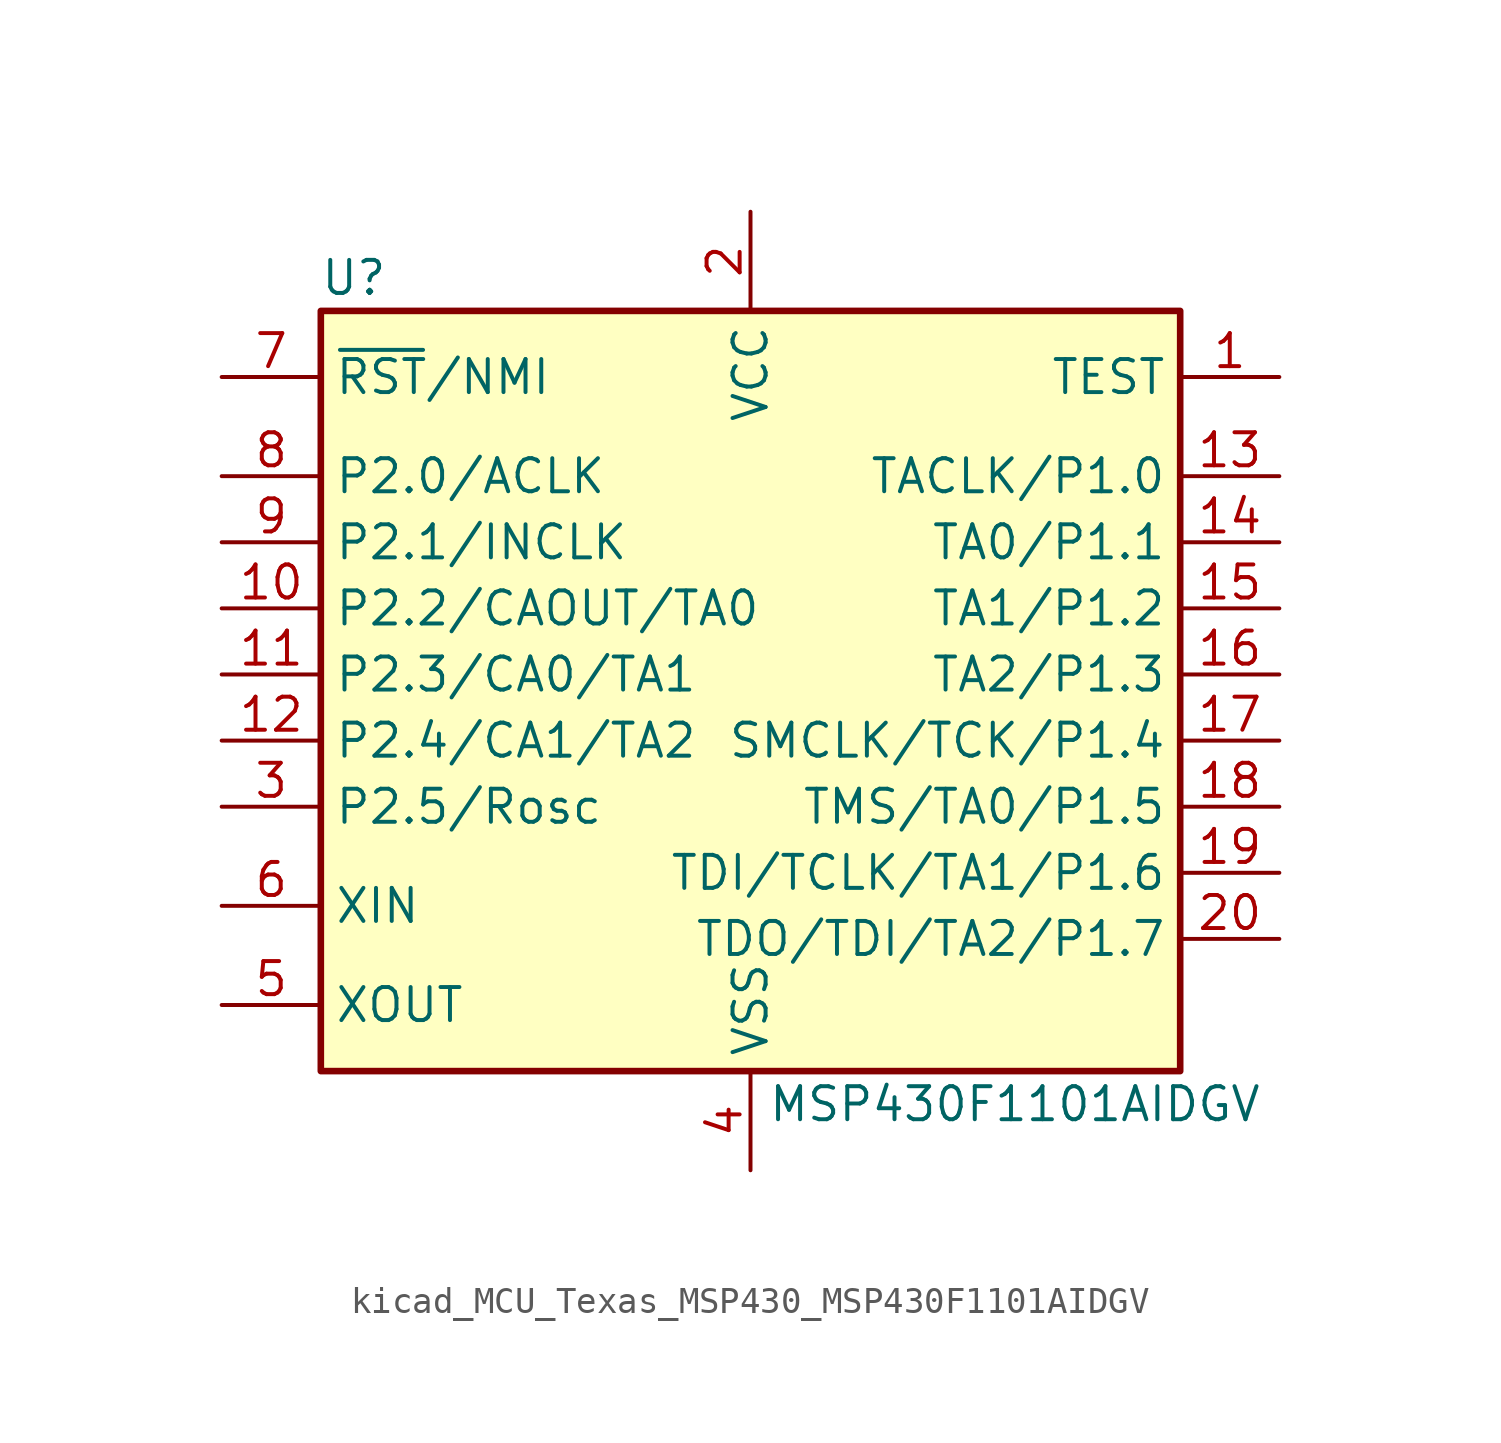
<source format=kicad_sym>
(kicad_symbol_lib
  (version 20220914)
  (generator kicad_symbol_editor)
  (symbol "kicad_MCU_Texas_MSP430_MSP430F1101AIDGV"
    (property "Reference" "U"
      (at -15.24 15.24 0)
      (effects (font (size 1.27 1.27))))
    (property "Value" "MSP430F1101AIDGV"
      (at 10.16 -16.51 0)
      (effects (font (size 1.27 1.27))))
    (symbol "kicad_MCU_Texas_MSP430_MSP430F1101AIDGV_0_1"
      (rectangle (start -16.51 13.97) (end 16.51 -15.24) (stroke (width 0.254) (type default)) (fill (type background))))
    (symbol "kicad_MCU_Texas_MSP430_MSP430F1101AIDGV_1_1"
      (pin input line (at 20.32 11.43 180) (length 3.81) (name "TEST" (effects (font (size 1.27 1.27)))) (number "1" (effects (font (size 1.27 1.27)))))
      (pin bidirectional line (at -20.32 2.54 0) (length 3.81) (name "P2.2/CAOUT/TA0" (effects (font (size 1.27 1.27)))) (number "10" (effects (font (size 1.27 1.27)))))
      (pin bidirectional line (at -20.32 0 0) (length 3.81) (name "P2.3/CA0/TA1" (effects (font (size 1.27 1.27)))) (number "11" (effects (font (size 1.27 1.27)))))
      (pin bidirectional line (at -20.32 -2.54 0) (length 3.81) (name "P2.4/CA1/TA2" (effects (font (size 1.27 1.27)))) (number "12" (effects (font (size 1.27 1.27)))))
      (pin bidirectional line (at 20.32 7.62 180) (length 3.81) (name "TACLK/P1.0" (effects (font (size 1.27 1.27)))) (number "13" (effects (font (size 1.27 1.27)))))
      (pin bidirectional line (at 20.32 5.08 180) (length 3.81) (name "TA0/P1.1" (effects (font (size 1.27 1.27)))) (number "14" (effects (font (size 1.27 1.27)))))
      (pin bidirectional line (at 20.32 2.54 180) (length 3.81) (name "TA1/P1.2" (effects (font (size 1.27 1.27)))) (number "15" (effects (font (size 1.27 1.27)))))
      (pin bidirectional line (at 20.32 0 180) (length 3.81) (name "TA2/P1.3" (effects (font (size 1.27 1.27)))) (number "16" (effects (font (size 1.27 1.27)))))
      (pin bidirectional line (at 20.32 -2.54 180) (length 3.81) (name "SMCLK/TCK/P1.4" (effects (font (size 1.27 1.27)))) (number "17" (effects (font (size 1.27 1.27)))))
      (pin bidirectional line (at 20.32 -5.08 180) (length 3.81) (name "TMS/TA0/P1.5" (effects (font (size 1.27 1.27)))) (number "18" (effects (font (size 1.27 1.27)))))
      (pin bidirectional line (at 20.32 -7.62 180) (length 3.81) (name "TDI/TCLK/TA1/P1.6" (effects (font (size 1.27 1.27)))) (number "19" (effects (font (size 1.27 1.27)))))
      (pin power_in line (at 0 17.78 270) (length 3.81) (name "VCC" (effects (font (size 1.27 1.27)))) (number "2" (effects (font (size 1.27 1.27)))))
      (pin bidirectional line (at 20.32 -10.16 180) (length 3.81) (name "TDO/TDI/TA2/P1.7" (effects (font (size 1.27 1.27)))) (number "20" (effects (font (size 1.27 1.27)))))
      (pin bidirectional line (at -20.32 -5.08 0) (length 3.81) (name "P2.5/Rosc" (effects (font (size 1.27 1.27)))) (number "3" (effects (font (size 1.27 1.27)))))
      (pin power_in line (at 0 -19.05 90) (length 3.81) (name "VSS" (effects (font (size 1.27 1.27)))) (number "4" (effects (font (size 1.27 1.27)))))
      (pin output line (at -20.32 -12.7 0) (length 3.81) (name "XOUT" (effects (font (size 1.27 1.27)))) (number "5" (effects (font (size 1.27 1.27)))))
      (pin input line (at -20.32 -8.89 0) (length 3.81) (name "XIN" (effects (font (size 1.27 1.27)))) (number "6" (effects (font (size 1.27 1.27)))))
      (pin input line (at -20.32 11.43 0) (length 3.81) (name "~{RST}/NMI" (effects (font (size 1.27 1.27)))) (number "7" (effects (font (size 1.27 1.27)))))
      (pin bidirectional line (at -20.32 7.62 0) (length 3.81) (name "P2.0/ACLK" (effects (font (size 1.27 1.27)))) (number "8" (effects (font (size 1.27 1.27)))))
      (pin bidirectional line (at -20.32 5.08 0) (length 3.81) (name "P2.1/INCLK" (effects (font (size 1.27 1.27)))) (number "9" (effects (font (size 1.27 1.27))))))))
</source>
